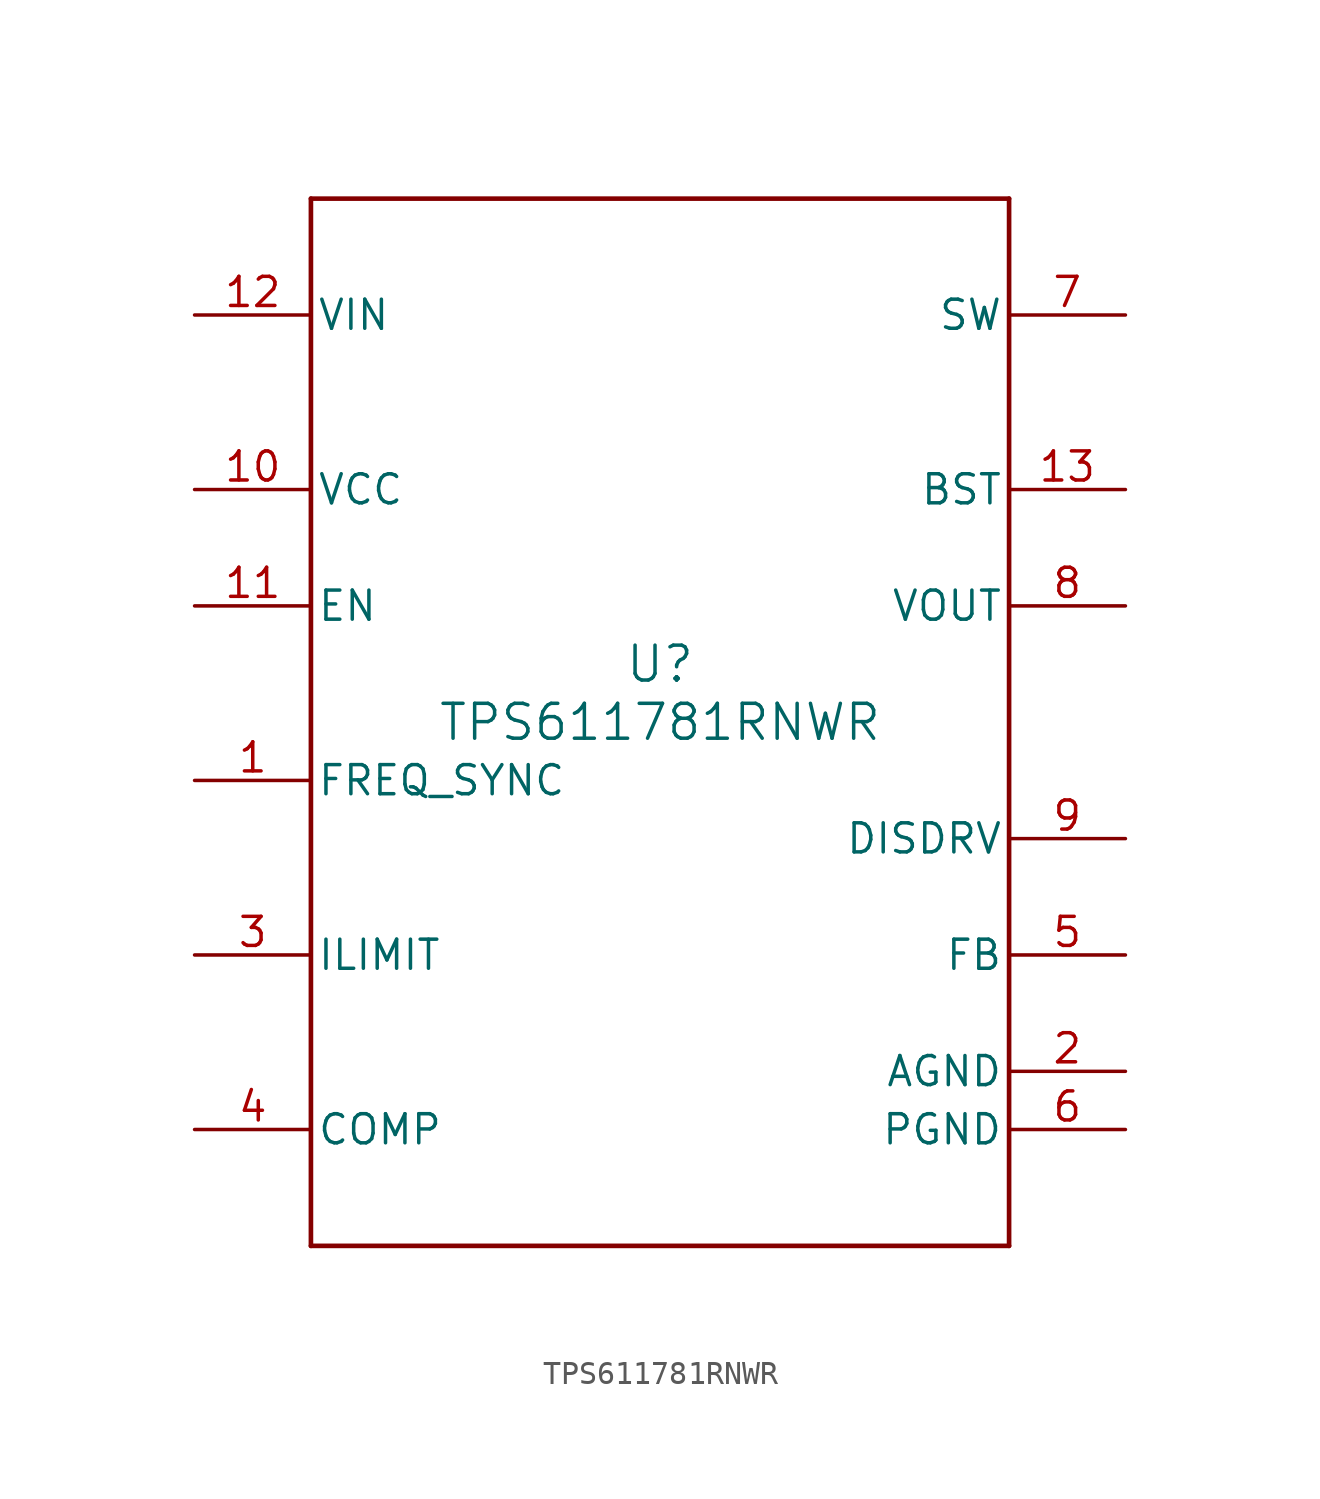
<source format=kicad_sym>
(kicad_symbol_lib
  (version 20211014)
  (generator kicad_symbol_editor)
  (symbol "TPS611781RNWR"
    (pin_names
      (offset 0.254))
    (property "Reference" "U"
      (at 0 2.54 0)
      (effects (font (size 1.524 1.524))))
    (property "Value" "TPS611781RNWR"
      (at 0 0 0)
      (effects (font (size 1.524 1.524))))
    (symbol "TPS611781RNWR_0_1"
      (polyline (pts (xy -15.24 -22.86) (xy 15.24 -22.86)) (stroke (width 0.203) (type default) (color 0 0 0 0)) (fill (type none)))
      (polyline (pts (xy 15.24 -22.86) (xy 15.24 22.86)) (stroke (width 0.203) (type default) (color 0 0 0 0)) (fill (type none)))
      (polyline (pts (xy 15.24 22.86) (xy -15.24 22.86)) (stroke (width 0.203) (type default) (color 0 0 0 0)) (fill (type none)))
      (polyline (pts (xy -15.24 22.86) (xy -15.24 -22.86)) (stroke (width 0.203) (type default) (color 0 0 0 0)) (fill (type none)))
      (pin input line (at -20.32 -2.54 0) (length 5.08) (name "FREQ_SYNC" (effects (font (size 1.27 1.27)))) (number "1" (effects (font (size 1.27 1.27)))))
      (pin power_in line (at 20.32 -15.24 180) (length 5.08) (name "AGND" (effects (font (size 1.27 1.27)))) (number "2" (effects (font (size 1.27 1.27)))))
      (pin input line (at -20.32 -10.16 0) (length 5.08) (name "ILIMIT" (effects (font (size 1.27 1.27)))) (number "3" (effects (font (size 1.27 1.27)))))
      (pin unspecified line (at -20.32 -17.78 0) (length 5.08) (name "COMP" (effects (font (size 1.27 1.27)))) (number "4" (effects (font (size 1.27 1.27)))))
      (pin input line (at 20.32 -10.16 180) (length 5.08) (name "FB" (effects (font (size 1.27 1.27)))) (number "5" (effects (font (size 1.27 1.27)))))
      (pin power_in line (at 20.32 -17.78 180) (length 5.08) (name "PGND" (effects (font (size 1.27 1.27)))) (number "6" (effects (font (size 1.27 1.27)))))
      (pin power_in line (at 20.32 17.78 180) (length 5.08) (name "SW" (effects (font (size 1.27 1.27)))) (number "7" (effects (font (size 1.27 1.27)))))
      (pin power_in line (at 20.32 5.08 180) (length 5.08) (name "VOUT" (effects (font (size 1.27 1.27)))) (number "8" (effects (font (size 1.27 1.27)))))
      (pin unspecified line (at 20.32 -5.08 180) (length 5.08) (name "DISDRV" (effects (font (size 1.27 1.27)))) (number "9" (effects (font (size 1.27 1.27)))))
      (pin power_in line (at -20.32 10.16 0) (length 5.08) (name "VCC" (effects (font (size 1.27 1.27)))) (number "10" (effects (font (size 1.27 1.27)))))
      (pin input line (at -20.32 5.08 0) (length 5.08) (name "EN" (effects (font (size 1.27 1.27)))) (number "11" (effects (font (size 1.27 1.27)))))
      (pin power_in line (at -20.32 17.78 0) (length 5.08) (name "VIN" (effects (font (size 1.27 1.27)))) (number "12" (effects (font (size 1.27 1.27)))))
      (pin power_in line (at 20.32 10.16 180) (length 5.08) (name "BST" (effects (font (size 1.27 1.27)))) (number "13" (effects (font (size 1.27 1.27))))))))
</source>
